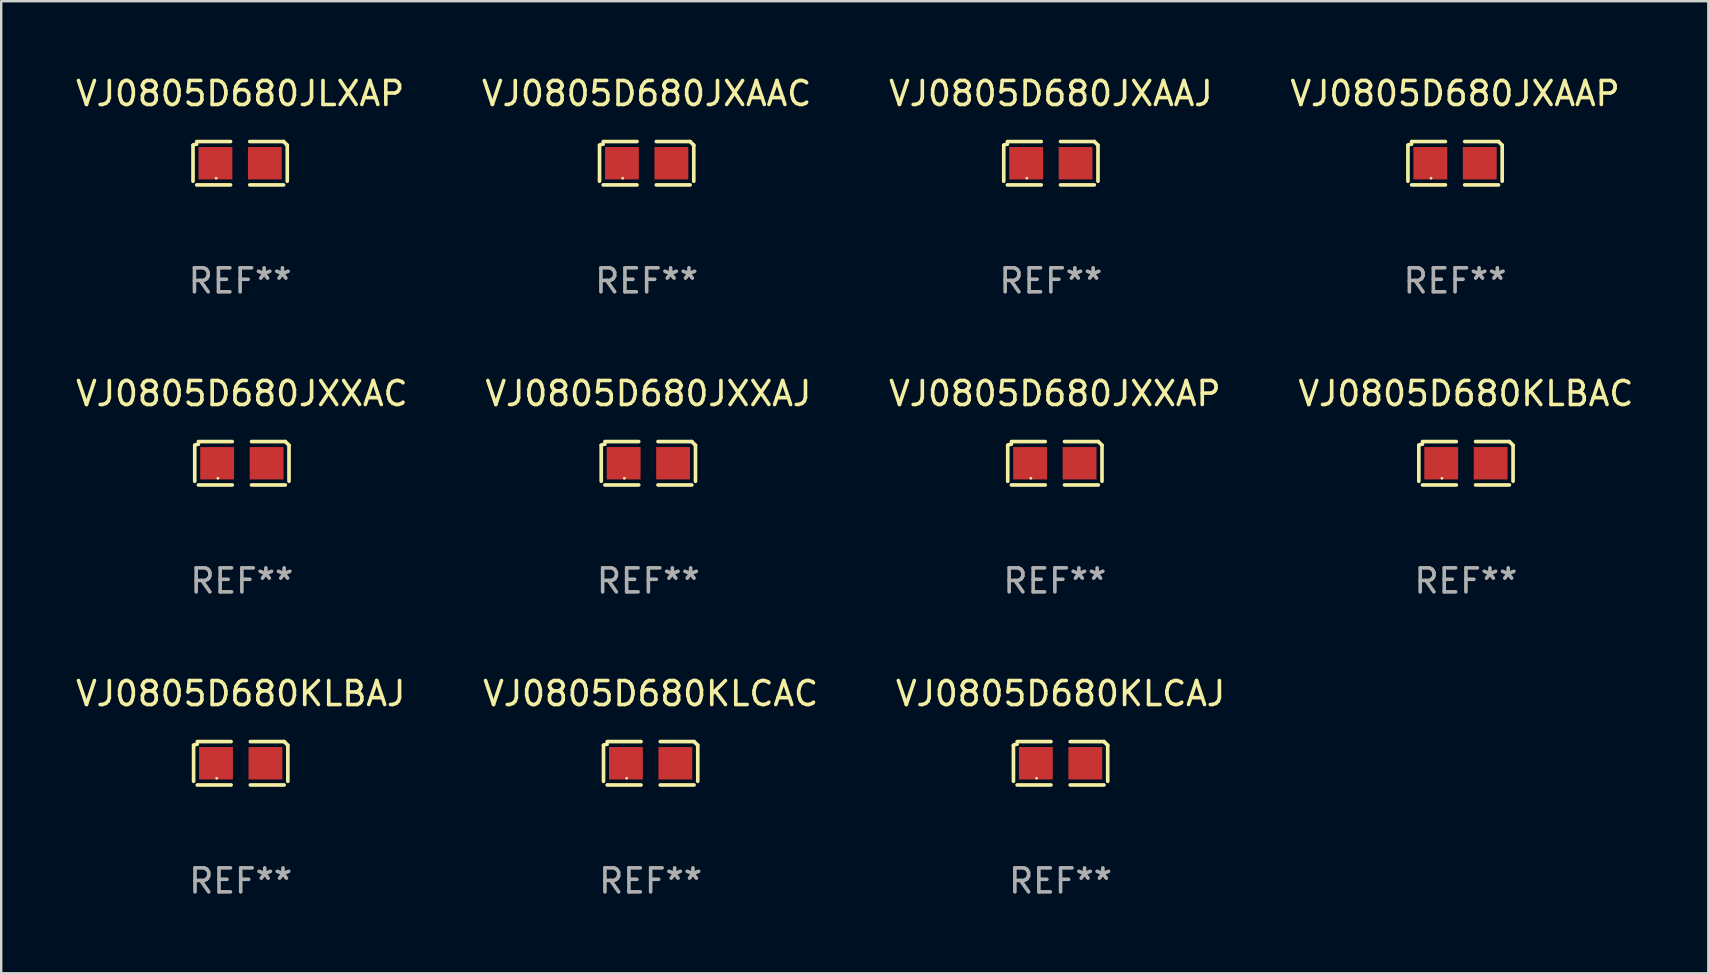
<source format=kicad_pcb>
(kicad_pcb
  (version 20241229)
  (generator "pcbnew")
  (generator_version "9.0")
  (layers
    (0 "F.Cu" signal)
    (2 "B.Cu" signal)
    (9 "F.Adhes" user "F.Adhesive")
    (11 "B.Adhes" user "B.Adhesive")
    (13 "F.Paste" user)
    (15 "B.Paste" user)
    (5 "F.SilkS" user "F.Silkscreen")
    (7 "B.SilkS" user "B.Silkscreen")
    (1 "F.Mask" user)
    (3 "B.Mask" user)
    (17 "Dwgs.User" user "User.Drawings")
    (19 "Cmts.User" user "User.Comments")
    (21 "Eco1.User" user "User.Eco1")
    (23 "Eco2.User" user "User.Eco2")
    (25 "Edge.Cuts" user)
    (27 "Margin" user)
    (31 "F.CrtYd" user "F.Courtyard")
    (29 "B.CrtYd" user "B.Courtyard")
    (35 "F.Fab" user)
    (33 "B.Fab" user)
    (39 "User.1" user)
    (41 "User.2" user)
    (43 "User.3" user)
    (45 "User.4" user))
  (footprint "VJ0805D680KLCAJ"
    (layer "F.Cu")
    (at 41.149 28.759)
    (property "Reference" "VJ0805D680KLCAJ" (at 0 -2.904 0) (layer "F.SilkS") (effects (font (size 1 1) (thickness 0.15))))
    (attr through_hole)
    (fp_line (start -1.964 0.751) (end -1.964 -0.751) (stroke (width 0.152) (type solid)) (layer "F.SilkS"))
    (fp_line (start -1.811 -0.904) (end -0.401 -0.904) (stroke (width 0.152) (type solid)) (layer "F.SilkS"))
    (fp_line (start -0.401 0.904) (end -1.811 0.904) (stroke (width 0.152) (type solid)) (layer "F.SilkS"))
    (fp_line (start 0.401 0.904) (end 1.811 0.904) (stroke (width 0.152) (type solid)) (layer "F.SilkS"))
    (fp_line (start 1.811 -0.904) (end 0.401 -0.904) (stroke (width 0.152) (type solid)) (layer "F.SilkS"))
    (fp_line (start 1.964 0.751) (end 1.964 -0.751) (stroke (width 0.152) (type solid)) (layer "F.SilkS"))
    (fp_arc (start -1.963602 -0.751207) (mid -1.890354 -0.783131) (end -1.811201 -0.794044) (stroke (width 0.1524) (type solid)) (layer "F.SilkS"))
    (fp_arc (start 1.811202 -0.903607) (mid 1.887413 -0.827418) (end 1.963602 -0.751207) (stroke (width 0.1524) (type solid)) (layer "F.SilkS"))
    (fp_circle (center -1 0.625) (end -0.97 0.625) (stroke (width 0.06) (type solid)) (fill no) (layer "F.SilkS"))
    (fp_text user "REF**" (at 0 4.904 0) (layer "F.Fab") (effects (font (size 1 1) (thickness 0.15))))
    (pad "1" smd rect (at -1.03 0) (size 1.41 1.35) (layers "F.Cu" "F.Mask" "F.Paste"))
    (pad "2" smd rect (at 1.03 0) (size 1.41 1.35) (layers "F.Cu" "F.Mask" "F.Paste")))
  (footprint "VJ0805D680KLBAC"
    (layer "F.Cu")
    (at 58.042 16.256)
    (property "Reference" "VJ0805D680KLBAC" (at 0 -2.904 0) (layer "F.SilkS") (effects (font (size 1 1) (thickness 0.15))))
    (attr through_hole)
    (fp_line (start -1.964 0.751) (end -1.964 -0.751) (stroke (width 0.152) (type solid)) (layer "F.SilkS"))
    (fp_line (start -1.811 -0.904) (end -0.401 -0.904) (stroke (width 0.152) (type solid)) (layer "F.SilkS"))
    (fp_line (start -0.401 0.904) (end -1.811 0.904) (stroke (width 0.152) (type solid)) (layer "F.SilkS"))
    (fp_line (start 0.401 0.904) (end 1.811 0.904) (stroke (width 0.152) (type solid)) (layer "F.SilkS"))
    (fp_line (start 1.811 -0.904) (end 0.401 -0.904) (stroke (width 0.152) (type solid)) (layer "F.SilkS"))
    (fp_line (start 1.964 0.751) (end 1.964 -0.751) (stroke (width 0.152) (type solid)) (layer "F.SilkS"))
    (fp_arc (start -1.963602 -0.751207) (mid -1.890354 -0.783131) (end -1.811201 -0.794044) (stroke (width 0.1524) (type solid)) (layer "F.SilkS"))
    (fp_arc (start 1.811202 -0.903607) (mid 1.887413 -0.827418) (end 1.963602 -0.751207) (stroke (width 0.1524) (type solid)) (layer "F.SilkS"))
    (fp_circle (center -1 0.625) (end -0.97 0.625) (stroke (width 0.06) (type solid)) (fill no) (layer "F.SilkS"))
    (fp_text user "REF**" (at 0 4.904 0) (layer "F.Fab") (effects (font (size 1 1) (thickness 0.15))))
    (pad "1" smd rect (at -1.03 0) (size 1.41 1.35) (layers "F.Cu" "F.Mask" "F.Paste"))
    (pad "2" smd rect (at 1.03 0) (size 1.41 1.35) (layers "F.Cu" "F.Mask" "F.Paste")))
  (footprint "VJ0805D680JXAAP"
    (layer "F.Cu")
    (at 57.589 3.752)
    (property "Reference" "VJ0805D680JXAAP" (at 0 -2.904 0) (layer "F.SilkS") (effects (font (size 1 1) (thickness 0.15))))
    (attr through_hole)
    (fp_line (start -1.964 0.751) (end -1.964 -0.751) (stroke (width 0.152) (type solid)) (layer "F.SilkS"))
    (fp_line (start -1.811 -0.904) (end -0.401 -0.904) (stroke (width 0.152) (type solid)) (layer "F.SilkS"))
    (fp_line (start -0.401 0.904) (end -1.811 0.904) (stroke (width 0.152) (type solid)) (layer "F.SilkS"))
    (fp_line (start 0.401 0.904) (end 1.811 0.904) (stroke (width 0.152) (type solid)) (layer "F.SilkS"))
    (fp_line (start 1.811 -0.904) (end 0.401 -0.904) (stroke (width 0.152) (type solid)) (layer "F.SilkS"))
    (fp_line (start 1.964 0.751) (end 1.964 -0.751) (stroke (width 0.152) (type solid)) (layer "F.SilkS"))
    (fp_arc (start -1.963602 -0.751207) (mid -1.890354 -0.783131) (end -1.811201 -0.794044) (stroke (width 0.1524) (type solid)) (layer "F.SilkS"))
    (fp_arc (start 1.811202 -0.903607) (mid 1.887413 -0.827418) (end 1.963602 -0.751207) (stroke (width 0.1524) (type solid)) (layer "F.SilkS"))
    (fp_circle (center -1 0.625) (end -0.97 0.625) (stroke (width 0.06) (type solid)) (fill no) (layer "F.SilkS"))
    (fp_text user "REF**" (at 0 4.904 0) (layer "F.Fab") (effects (font (size 1 1) (thickness 0.15))))
    (pad "1" smd rect (at -1.03 0) (size 1.41 1.35) (layers "F.Cu" "F.Mask" "F.Paste"))
    (pad "2" smd rect (at 1.03 0) (size 1.41 1.35) (layers "F.Cu" "F.Mask" "F.Paste")))
  (footprint "VJ0805D680KLCAC"
    (layer "F.Cu")
    (at 24.065 28.759)
    (property "Reference" "VJ0805D680KLCAC" (at 0 -2.904 0) (layer "F.SilkS") (effects (font (size 1 1) (thickness 0.15))))
    (attr through_hole)
    (fp_line (start -1.964 0.751) (end -1.964 -0.751) (stroke (width 0.152) (type solid)) (layer "F.SilkS"))
    (fp_line (start -1.811 -0.904) (end -0.401 -0.904) (stroke (width 0.152) (type solid)) (layer "F.SilkS"))
    (fp_line (start -0.401 0.904) (end -1.811 0.904) (stroke (width 0.152) (type solid)) (layer "F.SilkS"))
    (fp_line (start 0.401 0.904) (end 1.811 0.904) (stroke (width 0.152) (type solid)) (layer "F.SilkS"))
    (fp_line (start 1.811 -0.904) (end 0.401 -0.904) (stroke (width 0.152) (type solid)) (layer "F.SilkS"))
    (fp_line (start 1.964 0.751) (end 1.964 -0.751) (stroke (width 0.152) (type solid)) (layer "F.SilkS"))
    (fp_arc (start -1.963602 -0.751207) (mid -1.890354 -0.783131) (end -1.811201 -0.794044) (stroke (width 0.1524) (type solid)) (layer "F.SilkS"))
    (fp_arc (start 1.811202 -0.903607) (mid 1.887413 -0.827418) (end 1.963602 -0.751207) (stroke (width 0.1524) (type solid)) (layer "F.SilkS"))
    (fp_circle (center -1 0.625) (end -0.97 0.625) (stroke (width 0.06) (type solid)) (fill no) (layer "F.SilkS"))
    (fp_text user "REF**" (at 0 4.904 0) (layer "F.Fab") (effects (font (size 1 1) (thickness 0.15))))
    (pad "1" smd rect (at -1.03 0) (size 1.41 1.35) (layers "F.Cu" "F.Mask" "F.Paste"))
    (pad "2" smd rect (at 1.03 0) (size 1.41 1.35) (layers "F.Cu" "F.Mask" "F.Paste")))
  (footprint "VJ0805D680KLBAJ"
    (layer "F.Cu")
    (at 6.982 28.759)
    (property "Reference" "VJ0805D680KLBAJ" (at 0 -2.904 0) (layer "F.SilkS") (effects (font (size 1 1) (thickness 0.15))))
    (attr through_hole)
    (fp_line (start -1.964 0.751) (end -1.964 -0.751) (stroke (width 0.152) (type solid)) (layer "F.SilkS"))
    (fp_line (start -1.811 -0.904) (end -0.401 -0.904) (stroke (width 0.152) (type solid)) (layer "F.SilkS"))
    (fp_line (start -0.401 0.904) (end -1.811 0.904) (stroke (width 0.152) (type solid)) (layer "F.SilkS"))
    (fp_line (start 0.401 0.904) (end 1.811 0.904) (stroke (width 0.152) (type solid)) (layer "F.SilkS"))
    (fp_line (start 1.811 -0.904) (end 0.401 -0.904) (stroke (width 0.152) (type solid)) (layer "F.SilkS"))
    (fp_line (start 1.964 0.751) (end 1.964 -0.751) (stroke (width 0.152) (type solid)) (layer "F.SilkS"))
    (fp_arc (start -1.963602 -0.751207) (mid -1.890354 -0.783131) (end -1.811201 -0.794044) (stroke (width 0.1524) (type solid)) (layer "F.SilkS"))
    (fp_arc (start 1.811202 -0.903607) (mid 1.887413 -0.827418) (end 1.963602 -0.751207) (stroke (width 0.1524) (type solid)) (layer "F.SilkS"))
    (fp_circle (center -1 0.625) (end -0.97 0.625) (stroke (width 0.06) (type solid)) (fill no) (layer "F.SilkS"))
    (fp_text user "REF**" (at 0 4.904 0) (layer "F.Fab") (effects (font (size 1 1) (thickness 0.15))))
    (pad "1" smd rect (at -1.03 0) (size 1.41 1.35) (layers "F.Cu" "F.Mask" "F.Paste"))
    (pad "2" smd rect (at 1.03 0) (size 1.41 1.35) (layers "F.Cu" "F.Mask" "F.Paste")))
  (footprint "VJ0805D680JXXAJ"
    (layer "F.Cu")
    (at 23.97 16.256)
    (property "Reference" "VJ0805D680JXXAJ" (at 0 -2.904 0) (layer "F.SilkS") (effects (font (size 1 1) (thickness 0.15))))
    (attr through_hole)
    (fp_line (start -1.964 0.751) (end -1.964 -0.751) (stroke (width 0.152) (type solid)) (layer "F.SilkS"))
    (fp_line (start -1.811 -0.904) (end -0.401 -0.904) (stroke (width 0.152) (type solid)) (layer "F.SilkS"))
    (fp_line (start -0.401 0.904) (end -1.811 0.904) (stroke (width 0.152) (type solid)) (layer "F.SilkS"))
    (fp_line (start 0.401 0.904) (end 1.811 0.904) (stroke (width 0.152) (type solid)) (layer "F.SilkS"))
    (fp_line (start 1.811 -0.904) (end 0.401 -0.904) (stroke (width 0.152) (type solid)) (layer "F.SilkS"))
    (fp_line (start 1.964 0.751) (end 1.964 -0.751) (stroke (width 0.152) (type solid)) (layer "F.SilkS"))
    (fp_arc (start -1.963602 -0.751207) (mid -1.890354 -0.783131) (end -1.811201 -0.794044) (stroke (width 0.1524) (type solid)) (layer "F.SilkS"))
    (fp_arc (start 1.811202 -0.903607) (mid 1.887413 -0.827418) (end 1.963602 -0.751207) (stroke (width 0.1524) (type solid)) (layer "F.SilkS"))
    (fp_circle (center -1 0.625) (end -0.97 0.625) (stroke (width 0.06) (type solid)) (fill no) (layer "F.SilkS"))
    (fp_text user "REF**" (at 0 4.904 0) (layer "F.Fab") (effects (font (size 1 1) (thickness 0.15))))
    (pad "1" smd rect (at -1.03 0) (size 1.41 1.35) (layers "F.Cu" "F.Mask" "F.Paste"))
    (pad "2" smd rect (at 1.03 0) (size 1.41 1.35) (layers "F.Cu" "F.Mask" "F.Paste")))
  (footprint "VJ0805D680JXXAP"
    (layer "F.Cu")
    (at 40.911 16.256)
    (property "Reference" "VJ0805D680JXXAP" (at 0 -2.904 0) (layer "F.SilkS") (effects (font (size 1 1) (thickness 0.15))))
    (attr through_hole)
    (fp_line (start -1.964 0.751) (end -1.964 -0.751) (stroke (width 0.152) (type solid)) (layer "F.SilkS"))
    (fp_line (start -1.811 -0.904) (end -0.401 -0.904) (stroke (width 0.152) (type solid)) (layer "F.SilkS"))
    (fp_line (start -0.401 0.904) (end -1.811 0.904) (stroke (width 0.152) (type solid)) (layer "F.SilkS"))
    (fp_line (start 0.401 0.904) (end 1.811 0.904) (stroke (width 0.152) (type solid)) (layer "F.SilkS"))
    (fp_line (start 1.811 -0.904) (end 0.401 -0.904) (stroke (width 0.152) (type solid)) (layer "F.SilkS"))
    (fp_line (start 1.964 0.751) (end 1.964 -0.751) (stroke (width 0.152) (type solid)) (layer "F.SilkS"))
    (fp_arc (start -1.963602 -0.751207) (mid -1.890354 -0.783131) (end -1.811201 -0.794044) (stroke (width 0.1524) (type solid)) (layer "F.SilkS"))
    (fp_arc (start 1.811202 -0.903607) (mid 1.887413 -0.827418) (end 1.963602 -0.751207) (stroke (width 0.1524) (type solid)) (layer "F.SilkS"))
    (fp_circle (center -1 0.625) (end -0.97 0.625) (stroke (width 0.06) (type solid)) (fill no) (layer "F.SilkS"))
    (fp_text user "REF**" (at 0 4.904 0) (layer "F.Fab") (effects (font (size 1 1) (thickness 0.15))))
    (pad "1" smd rect (at -1.03 0) (size 1.41 1.35) (layers "F.Cu" "F.Mask" "F.Paste"))
    (pad "2" smd rect (at 1.03 0) (size 1.41 1.35) (layers "F.Cu" "F.Mask" "F.Paste")))
  (footprint "VJ0805D680JXAAJ"
    (layer "F.Cu")
    (at 40.744 3.752)
    (property "Reference" "VJ0805D680JXAAJ" (at 0 -2.904 0) (layer "F.SilkS") (effects (font (size 1 1) (thickness 0.15))))
    (attr through_hole)
    (fp_line (start -1.964 0.751) (end -1.964 -0.751) (stroke (width 0.152) (type solid)) (layer "F.SilkS"))
    (fp_line (start -1.811 -0.904) (end -0.401 -0.904) (stroke (width 0.152) (type solid)) (layer "F.SilkS"))
    (fp_line (start -0.401 0.904) (end -1.811 0.904) (stroke (width 0.152) (type solid)) (layer "F.SilkS"))
    (fp_line (start 0.401 0.904) (end 1.811 0.904) (stroke (width 0.152) (type solid)) (layer "F.SilkS"))
    (fp_line (start 1.811 -0.904) (end 0.401 -0.904) (stroke (width 0.152) (type solid)) (layer "F.SilkS"))
    (fp_line (start 1.964 0.751) (end 1.964 -0.751) (stroke (width 0.152) (type solid)) (layer "F.SilkS"))
    (fp_arc (start -1.963602 -0.751207) (mid -1.890354 -0.783131) (end -1.811201 -0.794044) (stroke (width 0.1524) (type solid)) (layer "F.SilkS"))
    (fp_arc (start 1.811202 -0.903607) (mid 1.887413 -0.827418) (end 1.963602 -0.751207) (stroke (width 0.1524) (type solid)) (layer "F.SilkS"))
    (fp_circle (center -1 0.625) (end -0.97 0.625) (stroke (width 0.06) (type solid)) (fill no) (layer "F.SilkS"))
    (fp_text user "REF**" (at 0 4.904 0) (layer "F.Fab") (effects (font (size 1 1) (thickness 0.15))))
    (pad "1" smd rect (at -1.03 0) (size 1.41 1.35) (layers "F.Cu" "F.Mask" "F.Paste"))
    (pad "2" smd rect (at 1.03 0) (size 1.41 1.35) (layers "F.Cu" "F.Mask" "F.Paste")))
  (footprint "VJ0805D680JXXAC"
    (layer "F.Cu")
    (at 7.03 16.256)
    (property "Reference" "VJ0805D680JXXAC" (at 0 -2.904 0) (layer "F.SilkS") (effects (font (size 1 1) (thickness 0.15))))
    (attr through_hole)
    (fp_line (start -1.964 0.751) (end -1.964 -0.751) (stroke (width 0.152) (type solid)) (layer "F.SilkS"))
    (fp_line (start -1.811 -0.904) (end -0.401 -0.904) (stroke (width 0.152) (type solid)) (layer "F.SilkS"))
    (fp_line (start -0.401 0.904) (end -1.811 0.904) (stroke (width 0.152) (type solid)) (layer "F.SilkS"))
    (fp_line (start 0.401 0.904) (end 1.811 0.904) (stroke (width 0.152) (type solid)) (layer "F.SilkS"))
    (fp_line (start 1.811 -0.904) (end 0.401 -0.904) (stroke (width 0.152) (type solid)) (layer "F.SilkS"))
    (fp_line (start 1.964 0.751) (end 1.964 -0.751) (stroke (width 0.152) (type solid)) (layer "F.SilkS"))
    (fp_arc (start -1.963602 -0.751207) (mid -1.890354 -0.783131) (end -1.811201 -0.794044) (stroke (width 0.1524) (type solid)) (layer "F.SilkS"))
    (fp_arc (start 1.811202 -0.903607) (mid 1.887413 -0.827418) (end 1.963602 -0.751207) (stroke (width 0.1524) (type solid)) (layer "F.SilkS"))
    (fp_circle (center -1 0.625) (end -0.97 0.625) (stroke (width 0.06) (type solid)) (fill no) (layer "F.SilkS"))
    (fp_text user "REF**" (at 0 4.904 0) (layer "F.Fab") (effects (font (size 1 1) (thickness 0.15))))
    (pad "1" smd rect (at -1.03 0) (size 1.41 1.35) (layers "F.Cu" "F.Mask" "F.Paste"))
    (pad "2" smd rect (at 1.03 0) (size 1.41 1.35) (layers "F.Cu" "F.Mask" "F.Paste")))
  (footprint "VJ0805D680JXAAC"
    (layer "F.Cu")
    (at 23.899 3.752)
    (property "Reference" "VJ0805D680JXAAC" (at 0 -2.904 0) (layer "F.SilkS") (effects (font (size 1 1) (thickness 0.15))))
    (attr through_hole)
    (fp_line (start -1.964 0.751) (end -1.964 -0.751) (stroke (width 0.152) (type solid)) (layer "F.SilkS"))
    (fp_line (start -1.811 -0.904) (end -0.401 -0.904) (stroke (width 0.152) (type solid)) (layer "F.SilkS"))
    (fp_line (start -0.401 0.904) (end -1.811 0.904) (stroke (width 0.152) (type solid)) (layer "F.SilkS"))
    (fp_line (start 0.401 0.904) (end 1.811 0.904) (stroke (width 0.152) (type solid)) (layer "F.SilkS"))
    (fp_line (start 1.811 -0.904) (end 0.401 -0.904) (stroke (width 0.152) (type solid)) (layer "F.SilkS"))
    (fp_line (start 1.964 0.751) (end 1.964 -0.751) (stroke (width 0.152) (type solid)) (layer "F.SilkS"))
    (fp_arc (start -1.963602 -0.751207) (mid -1.890354 -0.783131) (end -1.811201 -0.794044) (stroke (width 0.1524) (type solid)) (layer "F.SilkS"))
    (fp_arc (start 1.811202 -0.903607) (mid 1.887413 -0.827418) (end 1.963602 -0.751207) (stroke (width 0.1524) (type solid)) (layer "F.SilkS"))
    (fp_circle (center -1 0.625) (end -0.97 0.625) (stroke (width 0.06) (type solid)) (fill no) (layer "F.SilkS"))
    (fp_text user "REF**" (at 0 4.904 0) (layer "F.Fab") (effects (font (size 1 1) (thickness 0.15))))
    (pad "1" smd rect (at -1.03 0) (size 1.41 1.35) (layers "F.Cu" "F.Mask" "F.Paste"))
    (pad "2" smd rect (at 1.03 0) (size 1.41 1.35) (layers "F.Cu" "F.Mask" "F.Paste")))
  (footprint "VJ0805D680JLXAP"
    (layer "F.Cu")
    (at 6.958 3.752)
    (property "Reference" "VJ0805D680JLXAP" (at 0 -2.904 0) (layer "F.SilkS") (effects (font (size 1 1) (thickness 0.15))))
    (attr through_hole)
    (fp_line (start -1.964 0.751) (end -1.964 -0.751) (stroke (width 0.152) (type solid)) (layer "F.SilkS"))
    (fp_line (start -1.811 -0.904) (end -0.401 -0.904) (stroke (width 0.152) (type solid)) (layer "F.SilkS"))
    (fp_line (start -0.401 0.904) (end -1.811 0.904) (stroke (width 0.152) (type solid)) (layer "F.SilkS"))
    (fp_line (start 0.401 0.904) (end 1.811 0.904) (stroke (width 0.152) (type solid)) (layer "F.SilkS"))
    (fp_line (start 1.811 -0.904) (end 0.401 -0.904) (stroke (width 0.152) (type solid)) (layer "F.SilkS"))
    (fp_line (start 1.964 0.751) (end 1.964 -0.751) (stroke (width 0.152) (type solid)) (layer "F.SilkS"))
    (fp_arc (start -1.963602 -0.751207) (mid -1.890354 -0.783131) (end -1.811201 -0.794044) (stroke (width 0.1524) (type solid)) (layer "F.SilkS"))
    (fp_arc (start 1.811202 -0.903607) (mid 1.887413 -0.827418) (end 1.963602 -0.751207) (stroke (width 0.1524) (type solid)) (layer "F.SilkS"))
    (fp_circle (center -1 0.625) (end -0.97 0.625) (stroke (width 0.06) (type solid)) (fill no) (layer "F.SilkS"))
    (fp_text user "REF**" (at 0 4.904 0) (layer "F.Fab") (effects (font (size 1 1) (thickness 0.15))))
    (pad "1" smd rect (at -1.03 0) (size 1.41 1.35) (layers "F.Cu" "F.Mask" "F.Paste"))
    (pad "2" smd rect (at 1.03 0) (size 1.41 1.35) (layers "F.Cu" "F.Mask" "F.Paste")))
  (gr_rect
    (start -3 -3)
    (end 68.143 37.511)
    (stroke (width 0.1) (type default))
    (fill no)
    (layer "Edge.Cuts")))
</source>
